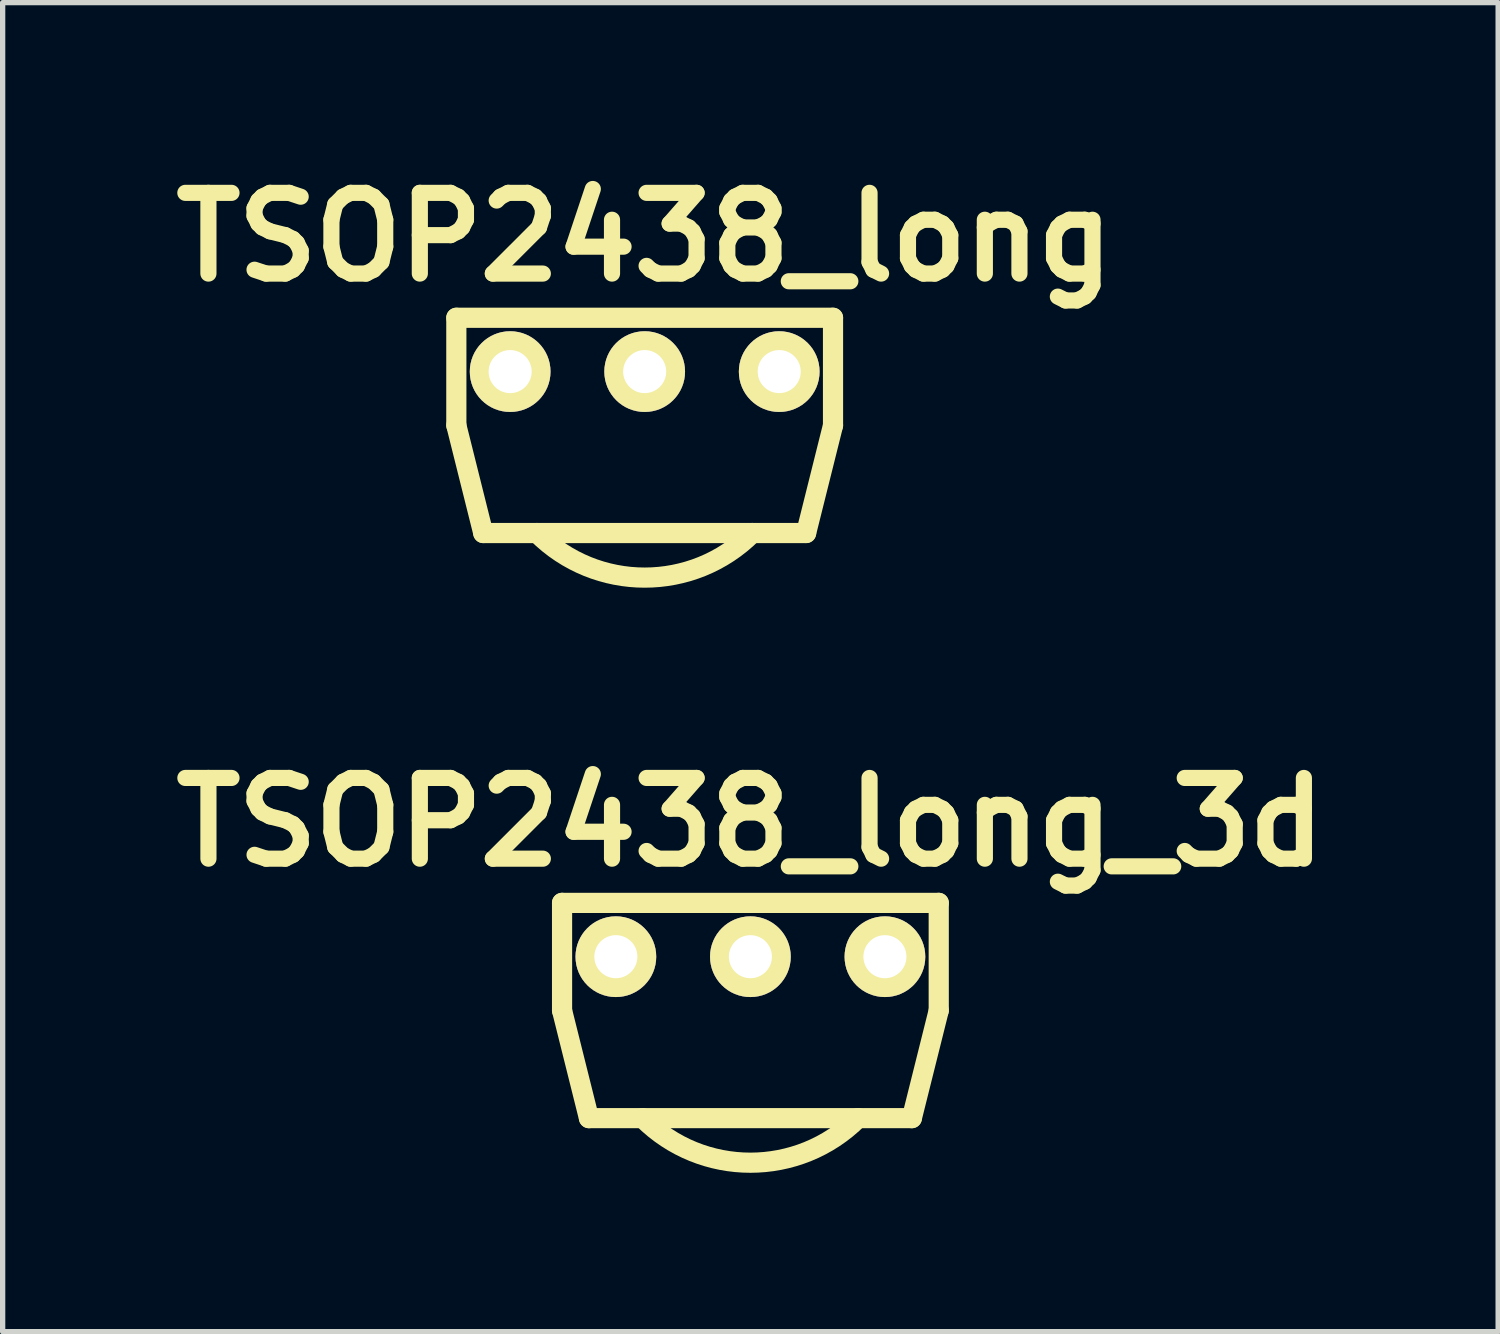
<source format=kicad_pcb>
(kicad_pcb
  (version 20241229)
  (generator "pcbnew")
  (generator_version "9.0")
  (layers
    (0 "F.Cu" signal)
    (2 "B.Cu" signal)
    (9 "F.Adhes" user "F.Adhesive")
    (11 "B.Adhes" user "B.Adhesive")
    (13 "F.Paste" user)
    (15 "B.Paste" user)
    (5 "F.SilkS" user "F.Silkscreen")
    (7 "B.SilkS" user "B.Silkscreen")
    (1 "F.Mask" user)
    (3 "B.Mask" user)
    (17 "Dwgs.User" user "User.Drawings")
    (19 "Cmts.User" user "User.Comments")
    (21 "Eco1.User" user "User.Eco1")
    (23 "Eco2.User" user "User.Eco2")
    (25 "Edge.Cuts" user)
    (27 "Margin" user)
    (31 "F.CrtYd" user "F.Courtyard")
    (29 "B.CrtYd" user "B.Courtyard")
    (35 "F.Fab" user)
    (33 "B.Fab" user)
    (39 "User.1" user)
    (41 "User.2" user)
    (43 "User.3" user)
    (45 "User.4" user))
  (footprint "TSOP2438_long"
    (layer "F.Cu")
    (at 9.122 3.966)
    (property "Reference" "TSOP2438_long" (at 0 -2.54 0) (layer "F.SilkS") (effects (font (size 1.524 1.524) (thickness 0.305))))
    (attr through_hole)
    (fp_line (start -3.556 -1.016) (end -3.556 1.016) (stroke (width 0.381) (type solid)) (layer "F.SilkS"))
    (fp_line (start -3.556 1.016) (end -3.048 3.048) (stroke (width 0.381) (type solid)) (layer "F.SilkS"))
    (fp_line (start -3.048 3.048) (end 3.048 3.048) (stroke (width 0.381) (type solid)) (layer "F.SilkS"))
    (fp_line (start 3.048 3.048) (end 3.556 1.016) (stroke (width 0.381) (type solid)) (layer "F.SilkS"))
    (fp_line (start 3.556 -1.016) (end -3.556 -1.016) (stroke (width 0.381) (type solid)) (layer "F.SilkS"))
    (fp_line (start 3.556 1.016) (end 3.556 -1.016) (stroke (width 0.381) (type solid)) (layer "F.SilkS"))
    (fp_arc (start 2.032 3.048) (mid 0 3.889682) (end -2.032 3.048) (stroke (width 0.381) (type solid)) (layer "F.SilkS"))
    (pad "1" thru_hole circle (at -2.54 0) (size 1.524 1.524) (drill 0.813) (layers "*.Cu" "*.Mask" "F.SilkS"))
    (pad "2" thru_hole circle (at 0 0) (size 1.524 1.524) (drill 0.813) (layers "*.Cu" "*.Mask" "F.SilkS"))
    (pad "3" thru_hole circle (at 2.54 0) (size 1.524 1.524) (drill 0.813) (layers "*.Cu" "*.Mask" "F.SilkS")))
  (footprint "TSOP2438_long_3d"
    (layer "F.Cu")
    (at 11.118 15.013)
    (property "Reference" "TSOP2438_long_3d" (at 0 -2.54 0) (layer "F.SilkS") (effects (font (size 1.524 1.524) (thickness 0.305))))
    (attr through_hole)
    (fp_line (start -3.556 -1.016) (end -3.556 1.016) (stroke (width 0.381) (type solid)) (layer "F.SilkS"))
    (fp_line (start -3.556 1.016) (end -3.048 3.048) (stroke (width 0.381) (type solid)) (layer "F.SilkS"))
    (fp_line (start -3.048 3.048) (end 3.048 3.048) (stroke (width 0.381) (type solid)) (layer "F.SilkS"))
    (fp_line (start 3.048 3.048) (end 3.556 1.016) (stroke (width 0.381) (type solid)) (layer "F.SilkS"))
    (fp_line (start 3.556 -1.016) (end -3.556 -1.016) (stroke (width 0.381) (type solid)) (layer "F.SilkS"))
    (fp_line (start 3.556 1.016) (end 3.556 -1.016) (stroke (width 0.381) (type solid)) (layer "F.SilkS"))
    (fp_arc (start 2.032 3.048) (mid 0 3.889682) (end -2.032 3.048) (stroke (width 0.381) (type solid)) (layer "F.SilkS"))
    (pad "1" thru_hole circle (at -2.54 0) (size 1.524 1.524) (drill 0.813) (layers "*.Cu" "*.Mask" "F.SilkS"))
    (pad "2" thru_hole circle (at 0 0) (size 1.524 1.524) (drill 0.813) (layers "*.Cu" "*.Mask" "F.SilkS"))
    (pad "3" thru_hole circle (at 2.54 0) (size 1.524 1.524) (drill 0.813) (layers "*.Cu" "*.Mask" "F.SilkS")))
  (gr_rect
    (start -3 -3)
    (end 25.236 22.093)
    (stroke (width 0.1) (type default))
    (fill no)
    (layer "Edge.Cuts")))
</source>
